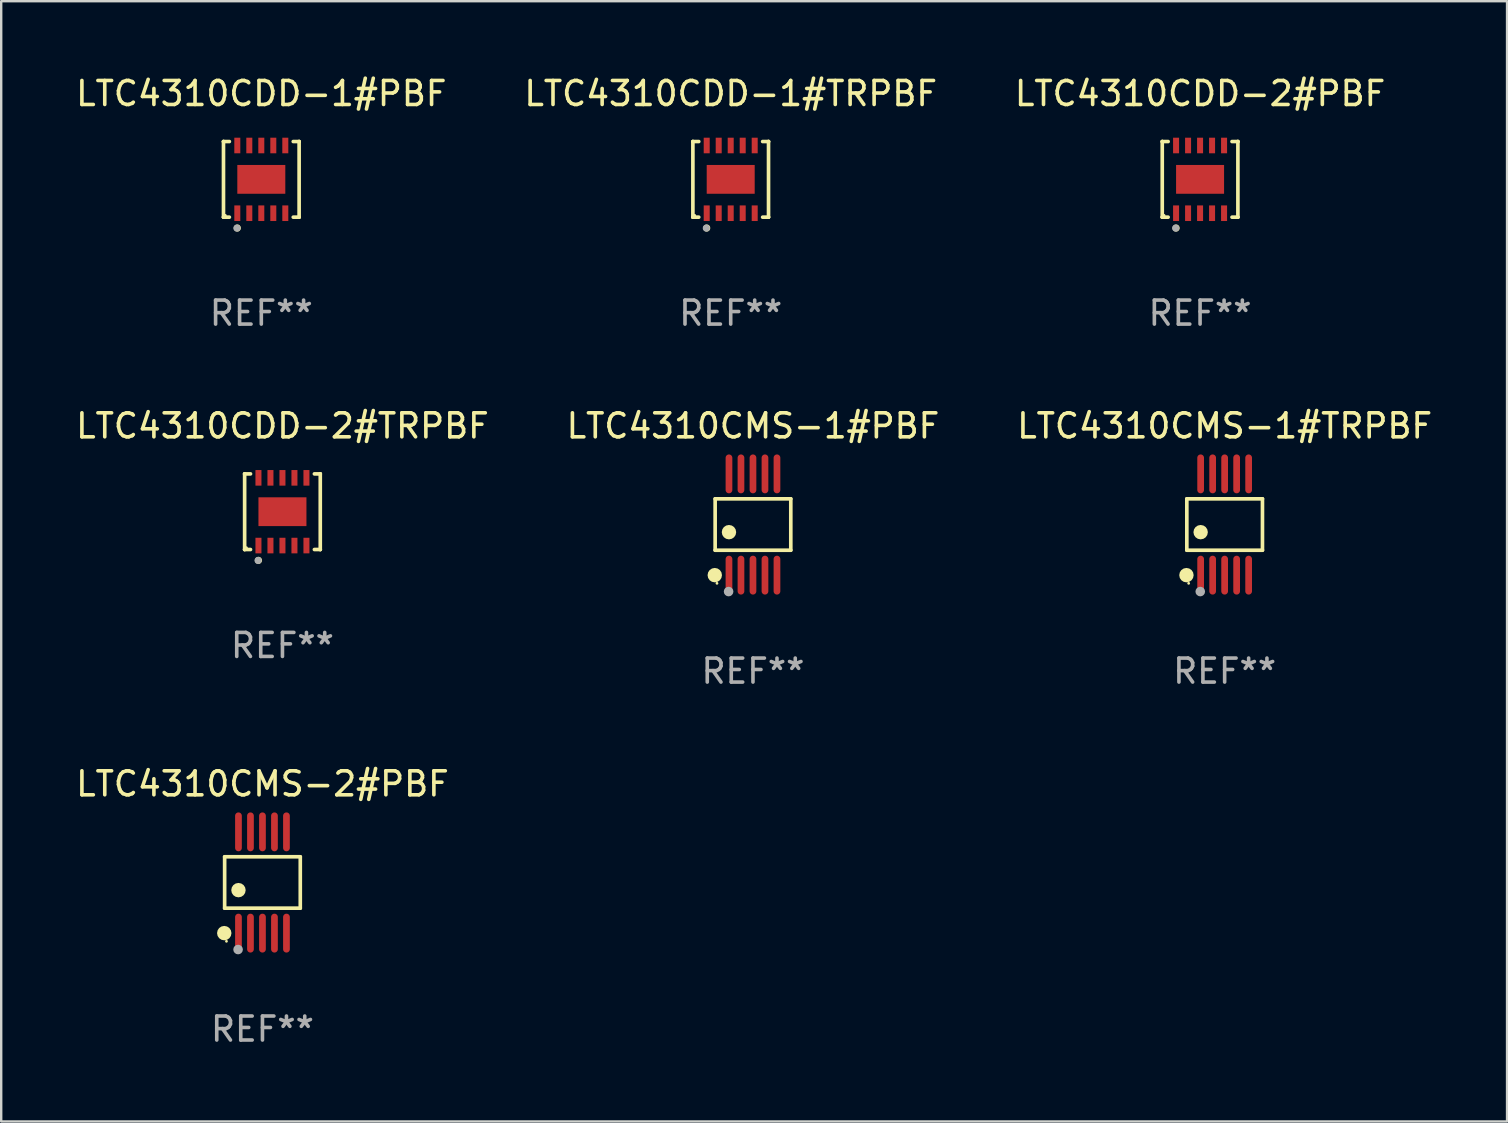
<source format=kicad_pcb>
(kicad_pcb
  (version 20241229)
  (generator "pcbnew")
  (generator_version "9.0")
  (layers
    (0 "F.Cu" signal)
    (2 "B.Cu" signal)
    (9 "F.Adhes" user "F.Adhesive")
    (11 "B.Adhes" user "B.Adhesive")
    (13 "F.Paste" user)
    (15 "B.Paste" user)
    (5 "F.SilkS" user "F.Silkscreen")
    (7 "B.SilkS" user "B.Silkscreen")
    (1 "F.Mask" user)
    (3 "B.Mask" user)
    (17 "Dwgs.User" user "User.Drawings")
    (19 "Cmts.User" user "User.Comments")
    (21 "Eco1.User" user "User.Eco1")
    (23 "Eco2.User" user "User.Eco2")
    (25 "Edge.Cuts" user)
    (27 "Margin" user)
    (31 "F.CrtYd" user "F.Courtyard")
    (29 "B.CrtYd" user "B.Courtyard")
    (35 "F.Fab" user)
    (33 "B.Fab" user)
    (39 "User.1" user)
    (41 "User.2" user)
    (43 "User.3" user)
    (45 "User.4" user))
  (footprint "LTC4310CMS-1#PBF"
    (layer "F.Cu")
    (at 28.327 18.807)
    (property "Reference" "LTC4310CMS-1#PBF" (at 0 -4.11 0) (layer "F.SilkS") (effects (font (size 1 1) (thickness 0.15))))
    (attr through_hole)
    (fp_line (start -1.576 -1.071) (end 1.576 -1.071) (stroke (width 0.152) (type solid)) (layer "F.SilkS"))
    (fp_line (start -1.576 1.071) (end -1.576 -1.071) (stroke (width 0.152) (type solid)) (layer "F.SilkS"))
    (fp_line (start 1.576 -1.071) (end 1.576 1.071) (stroke (width 0.152) (type solid)) (layer "F.SilkS"))
    (fp_line (start 1.576 1.071) (end -1.576 1.071) (stroke (width 0.152) (type solid)) (layer "F.SilkS"))
    (fp_circle (center -1.592 2.11) (end -1.442 2.11) (stroke (width 0.3) (type solid)) (fill no) (layer "F.SilkS"))
    (fp_circle (center -1.5 2.45) (end -1.47 2.45) (stroke (width 0.06) (type solid)) (fill no) (layer "F.SilkS"))
    (fp_circle (center -1 0.319) (end -0.85 0.319) (stroke (width 0.3) (type solid)) (fill no) (layer "F.SilkS"))
    (fp_circle (center -1.016 2.794) (end -0.916 2.794) (stroke (width 0.2) (type solid)) (fill no) (layer "F.Fab"))
    (fp_text user "REF**" (at 0 6.11 0) (layer "F.Fab") (effects (font (size 1 1) (thickness 0.15))))
    (pad "1" smd oval (at -1 2.11) (size 0.28 1.62) (layers "F.Cu" "F.Mask" "F.Paste"))
    (pad "2" smd oval (at -0.5 2.11) (size 0.28 1.62) (layers "F.Cu" "F.Mask" "F.Paste"))
    (pad "3" smd oval (at 0 2.11) (size 0.28 1.62) (layers "F.Cu" "F.Mask" "F.Paste"))
    (pad "4" smd oval (at 0.5 2.11) (size 0.28 1.62) (layers "F.Cu" "F.Mask" "F.Paste"))
    (pad "5" smd oval (at 1 2.11) (size 0.28 1.62) (layers "F.Cu" "F.Mask" "F.Paste"))
    (pad "6" smd oval (at 1 -2.11) (size 0.28 1.62) (layers "F.Cu" "F.Mask" "F.Paste"))
    (pad "7" smd oval (at 0.5 -2.11) (size 0.28 1.62) (layers "F.Cu" "F.Mask" "F.Paste"))
    (pad "8" smd oval (at 0 -2.11) (size 0.28 1.62) (layers "F.Cu" "F.Mask" "F.Paste"))
    (pad "9" smd oval (at -0.5 -2.11) (size 0.28 1.62) (layers "F.Cu" "F.Mask" "F.Paste"))
    (pad "10" smd oval (at -1 -2.11) (size 0.28 1.62) (layers "F.Cu" "F.Mask" "F.Paste")))
  (footprint "LTC4310CDD-2#PBF"
    (layer "F.Cu")
    (at 46.958 4.424)
    (property "Reference" "LTC4310CDD-2#PBF" (at 0 -3.576 0) (layer "F.SilkS") (effects (font (size 1 1) (thickness 0.15))))
    (attr through_hole)
    (fp_line (start -1.576 -1.576) (end -1.576 -1.576) (stroke (width 0.152) (type solid)) (layer "F.SilkS"))
    (fp_line (start -1.576 -1.576) (end -1.331 -1.576) (stroke (width 0.152) (type solid)) (layer "F.SilkS"))
    (fp_line (start -1.576 1.576) (end -1.576 -1.576) (stroke (width 0.152) (type solid)) (layer "F.SilkS"))
    (fp_line (start -1.576 1.576) (end -1.576 1.576) (stroke (width 0.152) (type solid)) (layer "F.SilkS"))
    (fp_line (start -1.331 1.576) (end -1.576 1.576) (stroke (width 0.152) (type solid)) (layer "F.SilkS"))
    (fp_line (start 1.331 1.576) (end 1.576 1.576) (stroke (width 0.152) (type solid)) (layer "F.SilkS"))
    (fp_line (start 1.576 -1.576) (end 1.331 -1.576) (stroke (width 0.152) (type solid)) (layer "F.SilkS"))
    (fp_line (start 1.576 -1.576) (end 1.576 -1.576) (stroke (width 0.152) (type solid)) (layer "F.SilkS"))
    (fp_line (start 1.576 1.576) (end 1.576 -1.576) (stroke (width 0.152) (type solid)) (layer "F.SilkS"))
    (fp_line (start 1.576 1.576) (end 1.576 1.576) (stroke (width 0.152) (type solid)) (layer "F.SilkS"))
    (fp_circle (center -1.5 1.5) (end -1.47 1.5) (stroke (width 0.06) (type solid)) (fill no) (layer "F.SilkS"))
    (fp_circle (center -1 2.028) (end -0.925 2.028) (stroke (width 0.15) (type solid)) (fill no) (layer "F.SilkS"))
    (fp_circle (center -1.016 2.032) (end -0.941 2.032) (stroke (width 0.15) (type solid)) (fill no) (layer "F.Fab"))
    (fp_text user "REF**" (at 0 5.576 0) (layer "F.Fab") (effects (font (size 1 1) (thickness 0.15))))
    (pad "1" smd rect (at -1 1.411) (size 0.25 0.65) (layers "F.Cu" "F.Mask" "F.Paste"))
    (pad "2" smd rect (at -0.5 1.411) (size 0.25 0.65) (layers "F.Cu" "F.Mask" "F.Paste"))
    (pad "3" smd rect (at 0 1.411) (size 0.25 0.65) (layers "F.Cu" "F.Mask" "F.Paste"))
    (pad "4" smd rect (at 0.5 1.411) (size 0.25 0.65) (layers "F.Cu" "F.Mask" "F.Paste"))
    (pad "5" smd rect (at 1 1.411) (size 0.25 0.65) (layers "F.Cu" "F.Mask" "F.Paste"))
    (pad "6" smd rect (at 1 -1.411) (size 0.25 0.65) (layers "F.Cu" "F.Mask" "F.Paste"))
    (pad "7" smd rect (at 0.5 -1.411) (size 0.25 0.65) (layers "F.Cu" "F.Mask" "F.Paste"))
    (pad "8" smd rect (at 0 -1.411) (size 0.25 0.65) (layers "F.Cu" "F.Mask" "F.Paste"))
    (pad "9" smd rect (at -0.5 -1.411) (size 0.25 0.65) (layers "F.Cu" "F.Mask" "F.Paste"))
    (pad "10" smd rect (at -1 -1.411) (size 0.25 0.65) (layers "F.Cu" "F.Mask" "F.Paste"))
    (pad "11" smd rect (at 0 0) (size 2 1.2) (layers "F.Cu" "F.Mask" "F.Paste")))
  (footprint "LTC4310CDD-1#TRPBF"
    (layer "F.Cu")
    (at 27.399 4.424)
    (property "Reference" "LTC4310CDD-1#TRPBF" (at 0 -3.576 0) (layer "F.SilkS") (effects (font (size 1 1) (thickness 0.15))))
    (attr through_hole)
    (fp_line (start -1.576 -1.576) (end -1.576 -1.576) (stroke (width 0.152) (type solid)) (layer "F.SilkS"))
    (fp_line (start -1.576 -1.576) (end -1.331 -1.576) (stroke (width 0.152) (type solid)) (layer "F.SilkS"))
    (fp_line (start -1.576 1.576) (end -1.576 -1.576) (stroke (width 0.152) (type solid)) (layer "F.SilkS"))
    (fp_line (start -1.576 1.576) (end -1.576 1.576) (stroke (width 0.152) (type solid)) (layer "F.SilkS"))
    (fp_line (start -1.331 1.576) (end -1.576 1.576) (stroke (width 0.152) (type solid)) (layer "F.SilkS"))
    (fp_line (start 1.331 1.576) (end 1.576 1.576) (stroke (width 0.152) (type solid)) (layer "F.SilkS"))
    (fp_line (start 1.576 -1.576) (end 1.331 -1.576) (stroke (width 0.152) (type solid)) (layer "F.SilkS"))
    (fp_line (start 1.576 -1.576) (end 1.576 -1.576) (stroke (width 0.152) (type solid)) (layer "F.SilkS"))
    (fp_line (start 1.576 1.576) (end 1.576 -1.576) (stroke (width 0.152) (type solid)) (layer "F.SilkS"))
    (fp_line (start 1.576 1.576) (end 1.576 1.576) (stroke (width 0.152) (type solid)) (layer "F.SilkS"))
    (fp_circle (center -1.5 1.5) (end -1.47 1.5) (stroke (width 0.06) (type solid)) (fill no) (layer "F.SilkS"))
    (fp_circle (center -1 2.028) (end -0.925 2.028) (stroke (width 0.15) (type solid)) (fill no) (layer "F.SilkS"))
    (fp_circle (center -1.016 2.032) (end -0.941 2.032) (stroke (width 0.15) (type solid)) (fill no) (layer "F.Fab"))
    (fp_text user "REF**" (at 0 5.576 0) (layer "F.Fab") (effects (font (size 1 1) (thickness 0.15))))
    (pad "1" smd rect (at -1 1.411) (size 0.25 0.65) (layers "F.Cu" "F.Mask" "F.Paste"))
    (pad "2" smd rect (at -0.5 1.411) (size 0.25 0.65) (layers "F.Cu" "F.Mask" "F.Paste"))
    (pad "3" smd rect (at 0 1.411) (size 0.25 0.65) (layers "F.Cu" "F.Mask" "F.Paste"))
    (pad "4" smd rect (at 0.5 1.411) (size 0.25 0.65) (layers "F.Cu" "F.Mask" "F.Paste"))
    (pad "5" smd rect (at 1 1.411) (size 0.25 0.65) (layers "F.Cu" "F.Mask" "F.Paste"))
    (pad "6" smd rect (at 1 -1.411) (size 0.25 0.65) (layers "F.Cu" "F.Mask" "F.Paste"))
    (pad "7" smd rect (at 0.5 -1.411) (size 0.25 0.65) (layers "F.Cu" "F.Mask" "F.Paste"))
    (pad "8" smd rect (at 0 -1.411) (size 0.25 0.65) (layers "F.Cu" "F.Mask" "F.Paste"))
    (pad "9" smd rect (at -0.5 -1.411) (size 0.25 0.65) (layers "F.Cu" "F.Mask" "F.Paste"))
    (pad "10" smd rect (at -1 -1.411) (size 0.25 0.65) (layers "F.Cu" "F.Mask" "F.Paste"))
    (pad "11" smd rect (at 0 0) (size 2 1.2) (layers "F.Cu" "F.Mask" "F.Paste")))
  (footprint "LTC4310CDD-2#TRPBF"
    (layer "F.Cu")
    (at 8.72 18.273)
    (property "Reference" "LTC4310CDD-2#TRPBF" (at 0 -3.576 0) (layer "F.SilkS") (effects (font (size 1 1) (thickness 0.15))))
    (attr through_hole)
    (fp_line (start -1.576 -1.576) (end -1.576 -1.576) (stroke (width 0.152) (type solid)) (layer "F.SilkS"))
    (fp_line (start -1.576 -1.576) (end -1.331 -1.576) (stroke (width 0.152) (type solid)) (layer "F.SilkS"))
    (fp_line (start -1.576 1.576) (end -1.576 -1.576) (stroke (width 0.152) (type solid)) (layer "F.SilkS"))
    (fp_line (start -1.576 1.576) (end -1.576 1.576) (stroke (width 0.152) (type solid)) (layer "F.SilkS"))
    (fp_line (start -1.331 1.576) (end -1.576 1.576) (stroke (width 0.152) (type solid)) (layer "F.SilkS"))
    (fp_line (start 1.331 1.576) (end 1.576 1.576) (stroke (width 0.152) (type solid)) (layer "F.SilkS"))
    (fp_line (start 1.576 -1.576) (end 1.331 -1.576) (stroke (width 0.152) (type solid)) (layer "F.SilkS"))
    (fp_line (start 1.576 -1.576) (end 1.576 -1.576) (stroke (width 0.152) (type solid)) (layer "F.SilkS"))
    (fp_line (start 1.576 1.576) (end 1.576 -1.576) (stroke (width 0.152) (type solid)) (layer "F.SilkS"))
    (fp_line (start 1.576 1.576) (end 1.576 1.576) (stroke (width 0.152) (type solid)) (layer "F.SilkS"))
    (fp_circle (center -1.5 1.5) (end -1.47 1.5) (stroke (width 0.06) (type solid)) (fill no) (layer "F.SilkS"))
    (fp_circle (center -1 2.028) (end -0.925 2.028) (stroke (width 0.15) (type solid)) (fill no) (layer "F.SilkS"))
    (fp_circle (center -1.016 2.032) (end -0.941 2.032) (stroke (width 0.15) (type solid)) (fill no) (layer "F.Fab"))
    (fp_text user "REF**" (at 0 5.576 0) (layer "F.Fab") (effects (font (size 1 1) (thickness 0.15))))
    (pad "1" smd rect (at -1 1.411) (size 0.25 0.65) (layers "F.Cu" "F.Mask" "F.Paste"))
    (pad "2" smd rect (at -0.5 1.411) (size 0.25 0.65) (layers "F.Cu" "F.Mask" "F.Paste"))
    (pad "3" smd rect (at 0 1.411) (size 0.25 0.65) (layers "F.Cu" "F.Mask" "F.Paste"))
    (pad "4" smd rect (at 0.5 1.411) (size 0.25 0.65) (layers "F.Cu" "F.Mask" "F.Paste"))
    (pad "5" smd rect (at 1 1.411) (size 0.25 0.65) (layers "F.Cu" "F.Mask" "F.Paste"))
    (pad "6" smd rect (at 1 -1.411) (size 0.25 0.65) (layers "F.Cu" "F.Mask" "F.Paste"))
    (pad "7" smd rect (at 0.5 -1.411) (size 0.25 0.65) (layers "F.Cu" "F.Mask" "F.Paste"))
    (pad "8" smd rect (at 0 -1.411) (size 0.25 0.65) (layers "F.Cu" "F.Mask" "F.Paste"))
    (pad "9" smd rect (at -0.5 -1.411) (size 0.25 0.65) (layers "F.Cu" "F.Mask" "F.Paste"))
    (pad "10" smd rect (at -1 -1.411) (size 0.25 0.65) (layers "F.Cu" "F.Mask" "F.Paste"))
    (pad "11" smd rect (at 0 0) (size 2 1.2) (layers "F.Cu" "F.Mask" "F.Paste")))
  (footprint "LTC4310CMS-2#PBF"
    (layer "F.Cu")
    (at 7.887 33.724)
    (property "Reference" "LTC4310CMS-2#PBF" (at 0 -4.11 0) (layer "F.SilkS") (effects (font (size 1 1) (thickness 0.15))))
    (attr through_hole)
    (fp_line (start -1.576 -1.071) (end 1.576 -1.071) (stroke (width 0.152) (type solid)) (layer "F.SilkS"))
    (fp_line (start -1.576 1.071) (end -1.576 -1.071) (stroke (width 0.152) (type solid)) (layer "F.SilkS"))
    (fp_line (start 1.576 -1.071) (end 1.576 1.071) (stroke (width 0.152) (type solid)) (layer "F.SilkS"))
    (fp_line (start 1.576 1.071) (end -1.576 1.071) (stroke (width 0.152) (type solid)) (layer "F.SilkS"))
    (fp_circle (center -1.592 2.11) (end -1.442 2.11) (stroke (width 0.3) (type solid)) (fill no) (layer "F.SilkS"))
    (fp_circle (center -1.5 2.45) (end -1.47 2.45) (stroke (width 0.06) (type solid)) (fill no) (layer "F.SilkS"))
    (fp_circle (center -1 0.319) (end -0.85 0.319) (stroke (width 0.3) (type solid)) (fill no) (layer "F.SilkS"))
    (fp_circle (center -1.016 2.794) (end -0.916 2.794) (stroke (width 0.2) (type solid)) (fill no) (layer "F.Fab"))
    (fp_text user "REF**" (at 0 6.11 0) (layer "F.Fab") (effects (font (size 1 1) (thickness 0.15))))
    (pad "1" smd oval (at -1 2.11) (size 0.28 1.62) (layers "F.Cu" "F.Mask" "F.Paste"))
    (pad "2" smd oval (at -0.5 2.11) (size 0.28 1.62) (layers "F.Cu" "F.Mask" "F.Paste"))
    (pad "3" smd oval (at 0 2.11) (size 0.28 1.62) (layers "F.Cu" "F.Mask" "F.Paste"))
    (pad "4" smd oval (at 0.5 2.11) (size 0.28 1.62) (layers "F.Cu" "F.Mask" "F.Paste"))
    (pad "5" smd oval (at 1 2.11) (size 0.28 1.62) (layers "F.Cu" "F.Mask" "F.Paste"))
    (pad "6" smd oval (at 1 -2.11) (size 0.28 1.62) (layers "F.Cu" "F.Mask" "F.Paste"))
    (pad "7" smd oval (at 0.5 -2.11) (size 0.28 1.62) (layers "F.Cu" "F.Mask" "F.Paste"))
    (pad "8" smd oval (at 0 -2.11) (size 0.28 1.62) (layers "F.Cu" "F.Mask" "F.Paste"))
    (pad "9" smd oval (at -0.5 -2.11) (size 0.28 1.62) (layers "F.Cu" "F.Mask" "F.Paste"))
    (pad "10" smd oval (at -1 -2.11) (size 0.28 1.62) (layers "F.Cu" "F.Mask" "F.Paste")))
  (footprint "LTC4310CMS-1#TRPBF"
    (layer "F.Cu")
    (at 47.982 18.807)
    (property "Reference" "LTC4310CMS-1#TRPBF" (at 0 -4.11 0) (layer "F.SilkS") (effects (font (size 1 1) (thickness 0.15))))
    (attr through_hole)
    (fp_line (start -1.576 -1.071) (end 1.576 -1.071) (stroke (width 0.152) (type solid)) (layer "F.SilkS"))
    (fp_line (start -1.576 1.071) (end -1.576 -1.071) (stroke (width 0.152) (type solid)) (layer "F.SilkS"))
    (fp_line (start 1.576 -1.071) (end 1.576 1.071) (stroke (width 0.152) (type solid)) (layer "F.SilkS"))
    (fp_line (start 1.576 1.071) (end -1.576 1.071) (stroke (width 0.152) (type solid)) (layer "F.SilkS"))
    (fp_circle (center -1.592 2.11) (end -1.442 2.11) (stroke (width 0.3) (type solid)) (fill no) (layer "F.SilkS"))
    (fp_circle (center -1.5 2.45) (end -1.47 2.45) (stroke (width 0.06) (type solid)) (fill no) (layer "F.SilkS"))
    (fp_circle (center -1 0.319) (end -0.85 0.319) (stroke (width 0.3) (type solid)) (fill no) (layer "F.SilkS"))
    (fp_circle (center -1.016 2.794) (end -0.916 2.794) (stroke (width 0.2) (type solid)) (fill no) (layer "F.Fab"))
    (fp_text user "REF**" (at 0 6.11 0) (layer "F.Fab") (effects (font (size 1 1) (thickness 0.15))))
    (pad "1" smd oval (at -1 2.11) (size 0.28 1.62) (layers "F.Cu" "F.Mask" "F.Paste"))
    (pad "2" smd oval (at -0.5 2.11) (size 0.28 1.62) (layers "F.Cu" "F.Mask" "F.Paste"))
    (pad "3" smd oval (at 0 2.11) (size 0.28 1.62) (layers "F.Cu" "F.Mask" "F.Paste"))
    (pad "4" smd oval (at 0.5 2.11) (size 0.28 1.62) (layers "F.Cu" "F.Mask" "F.Paste"))
    (pad "5" smd oval (at 1 2.11) (size 0.28 1.62) (layers "F.Cu" "F.Mask" "F.Paste"))
    (pad "6" smd oval (at 1 -2.11) (size 0.28 1.62) (layers "F.Cu" "F.Mask" "F.Paste"))
    (pad "7" smd oval (at 0.5 -2.11) (size 0.28 1.62) (layers "F.Cu" "F.Mask" "F.Paste"))
    (pad "8" smd oval (at 0 -2.11) (size 0.28 1.62) (layers "F.Cu" "F.Mask" "F.Paste"))
    (pad "9" smd oval (at -0.5 -2.11) (size 0.28 1.62) (layers "F.Cu" "F.Mask" "F.Paste"))
    (pad "10" smd oval (at -1 -2.11) (size 0.28 1.62) (layers "F.Cu" "F.Mask" "F.Paste")))
  (footprint "LTC4310CDD-1#PBF"
    (layer "F.Cu")
    (at 7.839 4.424)
    (property "Reference" "LTC4310CDD-1#PBF" (at 0 -3.576 0) (layer "F.SilkS") (effects (font (size 1 1) (thickness 0.15))))
    (attr through_hole)
    (fp_line (start -1.576 -1.576) (end -1.576 -1.576) (stroke (width 0.152) (type solid)) (layer "F.SilkS"))
    (fp_line (start -1.576 -1.576) (end -1.331 -1.576) (stroke (width 0.152) (type solid)) (layer "F.SilkS"))
    (fp_line (start -1.576 1.576) (end -1.576 -1.576) (stroke (width 0.152) (type solid)) (layer "F.SilkS"))
    (fp_line (start -1.576 1.576) (end -1.576 1.576) (stroke (width 0.152) (type solid)) (layer "F.SilkS"))
    (fp_line (start -1.331 1.576) (end -1.576 1.576) (stroke (width 0.152) (type solid)) (layer "F.SilkS"))
    (fp_line (start 1.331 1.576) (end 1.576 1.576) (stroke (width 0.152) (type solid)) (layer "F.SilkS"))
    (fp_line (start 1.576 -1.576) (end 1.331 -1.576) (stroke (width 0.152) (type solid)) (layer "F.SilkS"))
    (fp_line (start 1.576 -1.576) (end 1.576 -1.576) (stroke (width 0.152) (type solid)) (layer "F.SilkS"))
    (fp_line (start 1.576 1.576) (end 1.576 -1.576) (stroke (width 0.152) (type solid)) (layer "F.SilkS"))
    (fp_line (start 1.576 1.576) (end 1.576 1.576) (stroke (width 0.152) (type solid)) (layer "F.SilkS"))
    (fp_circle (center -1.5 1.5) (end -1.47 1.5) (stroke (width 0.06) (type solid)) (fill no) (layer "F.SilkS"))
    (fp_circle (center -1 2.028) (end -0.925 2.028) (stroke (width 0.15) (type solid)) (fill no) (layer "F.SilkS"))
    (fp_circle (center -1.016 2.032) (end -0.941 2.032) (stroke (width 0.15) (type solid)) (fill no) (layer "F.Fab"))
    (fp_text user "REF**" (at 0 5.576 0) (layer "F.Fab") (effects (font (size 1 1) (thickness 0.15))))
    (pad "1" smd rect (at -1 1.411) (size 0.25 0.65) (layers "F.Cu" "F.Mask" "F.Paste"))
    (pad "2" smd rect (at -0.5 1.411) (size 0.25 0.65) (layers "F.Cu" "F.Mask" "F.Paste"))
    (pad "3" smd rect (at 0 1.411) (size 0.25 0.65) (layers "F.Cu" "F.Mask" "F.Paste"))
    (pad "4" smd rect (at 0.5 1.411) (size 0.25 0.65) (layers "F.Cu" "F.Mask" "F.Paste"))
    (pad "5" smd rect (at 1 1.411) (size 0.25 0.65) (layers "F.Cu" "F.Mask" "F.Paste"))
    (pad "6" smd rect (at 1 -1.411) (size 0.25 0.65) (layers "F.Cu" "F.Mask" "F.Paste"))
    (pad "7" smd rect (at 0.5 -1.411) (size 0.25 0.65) (layers "F.Cu" "F.Mask" "F.Paste"))
    (pad "8" smd rect (at 0 -1.411) (size 0.25 0.65) (layers "F.Cu" "F.Mask" "F.Paste"))
    (pad "9" smd rect (at -0.5 -1.411) (size 0.25 0.65) (layers "F.Cu" "F.Mask" "F.Paste"))
    (pad "10" smd rect (at -1 -1.411) (size 0.25 0.65) (layers "F.Cu" "F.Mask" "F.Paste"))
    (pad "11" smd rect (at 0 0) (size 2 1.2) (layers "F.Cu" "F.Mask" "F.Paste")))
  (gr_rect
    (start -3 -3)
    (end 59.75 43.682)
    (stroke (width 0.1) (type default))
    (fill no)
    (layer "Edge.Cuts")))
</source>
